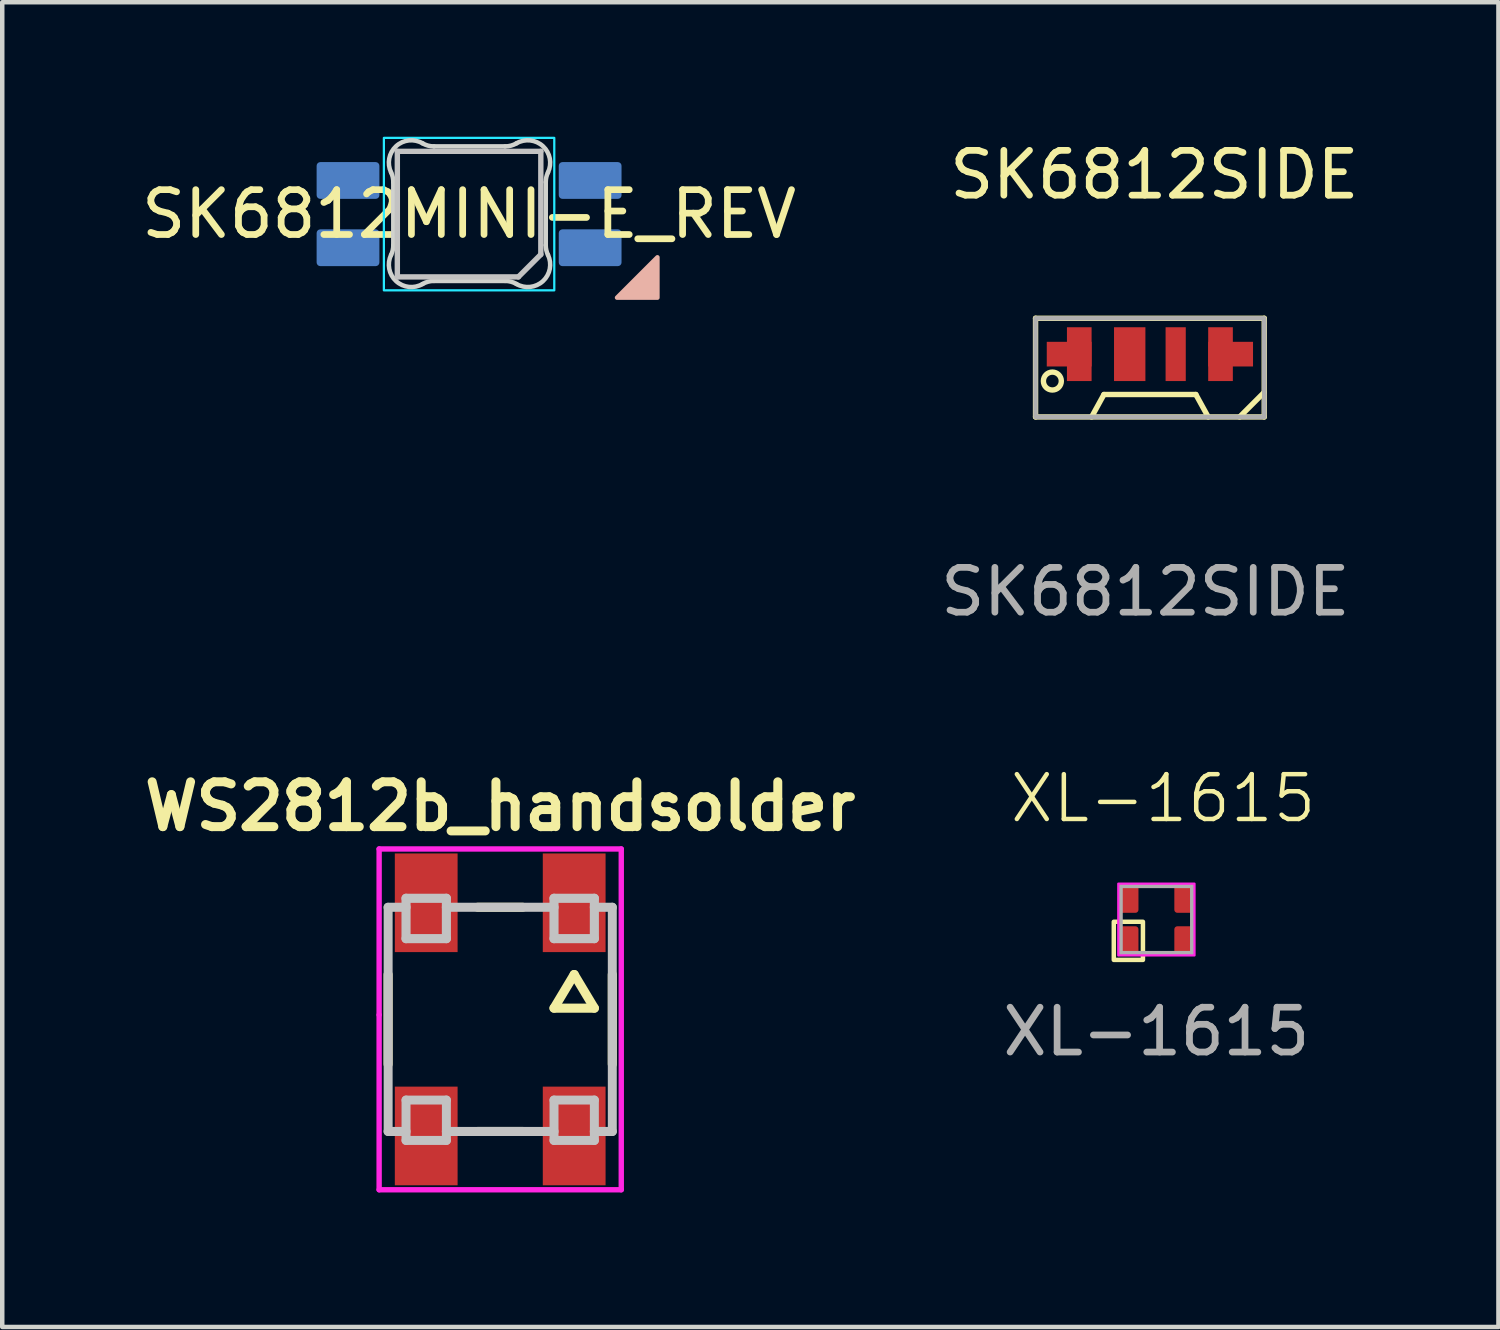
<source format=kicad_pcb>
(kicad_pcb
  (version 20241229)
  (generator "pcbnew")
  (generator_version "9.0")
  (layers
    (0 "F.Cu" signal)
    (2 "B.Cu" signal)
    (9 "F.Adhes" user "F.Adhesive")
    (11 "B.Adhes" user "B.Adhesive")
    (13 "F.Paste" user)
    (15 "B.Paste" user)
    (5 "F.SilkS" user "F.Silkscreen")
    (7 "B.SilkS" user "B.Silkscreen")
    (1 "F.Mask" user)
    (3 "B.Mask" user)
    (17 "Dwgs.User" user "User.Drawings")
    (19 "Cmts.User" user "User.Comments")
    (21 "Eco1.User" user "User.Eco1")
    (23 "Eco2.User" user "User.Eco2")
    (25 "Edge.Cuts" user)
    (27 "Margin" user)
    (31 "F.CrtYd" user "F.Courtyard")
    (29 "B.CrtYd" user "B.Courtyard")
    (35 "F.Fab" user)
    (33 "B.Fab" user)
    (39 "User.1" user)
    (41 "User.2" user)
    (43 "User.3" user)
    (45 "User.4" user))
  (footprint "WS2812b_handsolder"
    (layer "F.Cu")
    (at 8.105 19.683)
    (property "Reference" "WS2812b_handsolder" (at 0 -4.75 0) (layer "F.SilkS") (effects (font (size 1 1) (thickness 0.2))))
    (attr through_hole)
    (fp_line (start -2.5 -1) (end -2.5 1) (stroke (width 0.203) (type solid)) (layer "F.SilkS"))
    (fp_line (start -0.5 -2.5) (end 0.5 -2.5) (stroke (width 0.203) (type solid)) (layer "F.SilkS"))
    (fp_line (start -0.5 2.5) (end 0.5 2.5) (stroke (width 0.203) (type solid)) (layer "F.SilkS"))
    (fp_line (start 1.2 -0.25) (end 2.1 -0.25) (stroke (width 0.203) (type solid)) (layer "F.SilkS"))
    (fp_line (start 1.65 -1) (end 1.2 -0.25) (stroke (width 0.203) (type solid)) (layer "F.SilkS"))
    (fp_line (start 2.1 -0.25) (end 1.65 -1) (stroke (width 0.203) (type solid)) (layer "F.SilkS"))
    (fp_line (start 2.5 -1) (end 2.5 1) (stroke (width 0.203) (type solid)) (layer "F.SilkS"))
    (fp_line (start -2.5 -2.5) (end -2.1 -2.5) (stroke (width 0.203) (type solid)) (layer "Dwgs.User"))
    (fp_line (start -2.5 2.5) (end -2.1 2.5) (stroke (width 0.203) (type solid)) (layer "Dwgs.User"))
    (fp_line (start -2.499 2.499) (end -2.499 -2.499) (stroke (width 0.2) (type solid)) (layer "Dwgs.User"))
    (fp_line (start -2.1 -2.7) (end -1.2 -2.7) (stroke (width 0.203) (type solid)) (layer "Dwgs.User"))
    (fp_line (start -2.1 -1.8) (end -2.1 -2.7) (stroke (width 0.203) (type solid)) (layer "Dwgs.User"))
    (fp_line (start -2.1 1.8) (end -1.2 1.8) (stroke (width 0.2) (type solid)) (layer "Dwgs.User"))
    (fp_line (start -2.1 2.7) (end -2.1 1.8) (stroke (width 0.2) (type solid)) (layer "Dwgs.User"))
    (fp_line (start -1.2 -2.7) (end -1.2 -1.8) (stroke (width 0.203) (type solid)) (layer "Dwgs.User"))
    (fp_line (start -1.2 -2.5) (end 1.2 -2.5) (stroke (width 0.203) (type solid)) (layer "Dwgs.User"))
    (fp_line (start -1.2 -1.8) (end -2.1 -1.8) (stroke (width 0.203) (type solid)) (layer "Dwgs.User"))
    (fp_line (start -1.2 1.8) (end -1.2 2.7) (stroke (width 0.2) (type solid)) (layer "Dwgs.User"))
    (fp_line (start -1.2 2.5) (end 1.2 2.5) (stroke (width 0.203) (type solid)) (layer "Dwgs.User"))
    (fp_line (start -1.2 2.7) (end -2.1 2.7) (stroke (width 0.2) (type solid)) (layer "Dwgs.User"))
    (fp_line (start 1.2 -2.7) (end 1.2 -1.8) (stroke (width 0.203) (type solid)) (layer "Dwgs.User"))
    (fp_line (start 1.2 -1.8) (end 2.1 -1.8) (stroke (width 0.203) (type solid)) (layer "Dwgs.User"))
    (fp_line (start 1.2 1.8) (end 2.1 1.8) (stroke (width 0.2) (type solid)) (layer "Dwgs.User"))
    (fp_line (start 1.2 2.7) (end 1.2 1.8) (stroke (width 0.2) (type solid)) (layer "Dwgs.User"))
    (fp_line (start 2.1 -2.7) (end 1.2 -2.7) (stroke (width 0.203) (type solid)) (layer "Dwgs.User"))
    (fp_line (start 2.1 -2.5) (end 2.5 -2.5) (stroke (width 0.203) (type solid)) (layer "Dwgs.User"))
    (fp_line (start 2.1 -1.8) (end 2.1 -2.7) (stroke (width 0.203) (type solid)) (layer "Dwgs.User"))
    (fp_line (start 2.1 1.8) (end 2.1 2.7) (stroke (width 0.2) (type solid)) (layer "Dwgs.User"))
    (fp_line (start 2.1 2.5) (end 2.5 2.5) (stroke (width 0.203) (type solid)) (layer "Dwgs.User"))
    (fp_line (start 2.1 2.7) (end 1.2 2.7) (stroke (width 0.2) (type solid)) (layer "Dwgs.User"))
    (fp_line (start 2.5 -2.5) (end 2.5 2.5) (stroke (width 0.2) (type solid)) (layer "Dwgs.User"))
    (fp_line (start -2.7 -3.8) (end 2.7 -3.8) (stroke (width 0.12) (type solid)) (layer "F.CrtYd"))
    (fp_line (start -2.7 -0.1) (end -2.7 -3.8) (stroke (width 0.12) (type solid)) (layer "F.CrtYd"))
    (fp_line (start -2.7 3.8) (end -2.7 -0.1) (stroke (width 0.12) (type solid)) (layer "F.CrtYd"))
    (fp_line (start 2.7 -3.8) (end 2.7 3.8) (stroke (width 0.12) (type solid)) (layer "F.CrtYd"))
    (fp_line (start 2.7 3.8) (end -2.7 3.8) (stroke (width 0.12) (type solid)) (layer "F.CrtYd"))
    (pad "1" smd rect (at 1.65 -2.6) (size 1.4 2.2) (layers "F.Cu" "F.Mask" "F.Paste"))
    (pad "2" smd rect (at -1.65 -2.6) (size 1.4 2.2) (layers "F.Cu" "F.Mask" "F.Paste"))
    (pad "3" smd rect (at -1.65 2.6) (size 1.4 2.2) (layers "F.Cu" "F.Mask" "F.Paste"))
    (pad "4" smd rect (at 1.65 2.6) (size 1.4 2.2) (layers "F.Cu" "F.Mask" "F.Paste")))
  (footprint "XL-1615"
    (layer "F.Cu")
    (at 22.739 17.457)
    (property "Reference" "XL-1615" (at 0.15 -2.7 0) (unlocked yes) (layer "F.SilkS") (effects (font (size 1 1) (thickness 0.1))))
    (attr smd)
    (fp_rect (start -0.95 0.05) (end -0.3 0.9) (stroke (width 0.1) (type default)) (fill no) (layer "F.SilkS"))
    (fp_rect (start -0.85 -0.8) (end 0.85 0.8) (stroke (width 0.05) (type default)) (fill no) (layer "F.CrtYd"))
    (fp_rect (start -0.8 -0.75) (end 0.8 0.75) (stroke (width 0.1) (type default)) (fill no) (layer "F.Fab"))
    (fp_text user "${REFERENCE}" (at 0 2.5 0) (unlocked yes) (layer "F.Fab") (effects (font (size 1 1) (thickness 0.15))))
    (pad "1" smd roundrect (at -0.625 0.475) (size 0.45 0.65) (layers "F.Cu" "F.Mask" "F.Paste") (roundrect_rratio 0.15))
    (pad "2" smd roundrect (at 0.625 0.475) (size 0.45 0.65) (layers "F.Cu" "F.Mask" "F.Paste") (roundrect_rratio 0.15))
    (pad "3" smd roundrect (at 0.625 -0.475) (size 0.45 0.65) (layers "F.Cu" "F.Mask" "F.Paste") (roundrect_rratio 0.15))
    (pad "4" smd roundrect (at -0.625 -0.475) (size 0.45 0.65) (layers "F.Cu" "F.Mask" "F.Paste") (roundrect_rratio 0.15)))
  (footprint "SK6812SIDE"
    (layer "F.Cu")
    (at 22.594 4.848)
    (property "Reference" "SK6812SIDE" (at 0.1 -4 0) (unlocked yes) (layer "F.SilkS") (effects (font (size 1 1) (thickness 0.15))))
    (attr smd)
    (fp_line (start -2.55 -0.8) (end 2.55 -0.8) (stroke (width 0.12) (type solid)) (layer "F.SilkS"))
    (fp_line (start -2.55 1.4) (end -2.55 -0.8) (stroke (width 0.12) (type solid)) (layer "F.SilkS"))
    (fp_line (start -1.3 1.4) (end -1.025 0.9) (stroke (width 0.12) (type solid)) (layer "F.SilkS"))
    (fp_line (start 1.025 0.9) (end -1.025 0.9) (stroke (width 0.12) (type solid)) (layer "F.SilkS"))
    (fp_line (start 1.025 0.9) (end 1.3 1.4) (stroke (width 0.12) (type solid)) (layer "F.SilkS"))
    (fp_line (start 2 1.4) (end 2.55 0.85) (stroke (width 0.12) (type solid)) (layer "F.SilkS"))
    (fp_line (start 2.55 1.4) (end -2.55 1.4) (stroke (width 0.12) (type solid)) (layer "F.SilkS"))
    (fp_line (start 2.55 1.4) (end 2.55 -0.8) (stroke (width 0.12) (type solid)) (layer "F.SilkS"))
    (fp_circle (center -2.175 0.6) (end -2.175 0.4) (stroke (width 0.12) (type solid)) (fill no) (layer "F.SilkS"))
    (fp_rect (start -2.55 -0.8) (end 2.55 1.4) (stroke (width 0.1) (type solid)) (fill no) (layer "F.Fab"))
    (fp_text user "${REFERENCE}" (at -0.1 5.3 0) (unlocked yes) (layer "F.Fab") (effects (font (size 1 1) (thickness 0.15))))
    (pad "1" smd custom (at -1.8 0) (size 1 0.55) (layers "F.Cu" "F.Mask" "F.Paste") (options (anchor rect)) (primitives))
    (pad "1" smd custom (at -1.575 0) (size 0.55 1.2) (layers "F.Cu" "F.Mask" "F.Paste") (options (anchor rect)) (primitives))
    (pad "2" smd custom (at -0.45 0) (size 0.7 1.2) (layers "F.Cu" "F.Mask" "F.Paste") (options (anchor rect)) (primitives))
    (pad "3" smd custom (at 0.575 0) (size 0.45 1.2) (layers "F.Cu" "F.Mask" "F.Paste") (options (anchor rect)) (primitives))
    (pad "4" smd custom (at 1.575 0) (size 0.55 1.2) (layers "F.Cu" "F.Mask" "F.Paste") (options (anchor rect)) (primitives))
    (pad "4" smd custom (at 1.8 0) (size 1 0.55) (layers "F.Cu" "F.Mask" "F.Paste") (options (anchor rect)) (primitives)))
  (footprint "SK6812MINI-E_REV"
    (layer "F.Cu")
    (at 7.411 1.725)
    (property "Reference" "SK6812MINI-E_REV" (at 0 0 0) (layer "F.SilkS") (effects (font (size 1 1) (thickness 0.15))))
    (attr through_hole)
    (fp_poly (pts (xy 4.2 0.963) (xy 3.3 1.863) (xy 4.2 1.863)) (stroke (width 0.1) (type solid)) (fill yes) (layer "B.SilkS"))
    (fp_line (start -1.6 -1.4) (end -1.6 1.4) (stroke (width 0.12) (type solid)) (layer "Dwgs.User"))
    (fp_line (start -1.6 1.4) (end 1.1 1.4) (stroke (width 0.12) (type solid)) (layer "Dwgs.User"))
    (fp_line (start 1.6 -1.4) (end -1.6 -1.4) (stroke (width 0.12) (type solid)) (layer "Dwgs.User"))
    (fp_line (start 1.6 0.9) (end 1.1 1.4) (stroke (width 0.12) (type solid)) (layer "Dwgs.User"))
    (fp_line (start 1.6 0.9) (end 1.6 -1.4) (stroke (width 0.12) (type solid)) (layer "Dwgs.User"))
    (fp_line (start -1.69 0.693) (end -1.69 -0.713) (stroke (width 0.1) (type solid)) (layer "Edge.Cuts"))
    (fp_line (start -0.784 -1.51) (end 0.804 -1.51) (stroke (width 0.1) (type solid)) (layer "Edge.Cuts"))
    (fp_line (start 0.804 1.49) (end -0.784 1.49) (stroke (width 0.1) (type solid)) (layer "Edge.Cuts"))
    (fp_line (start 1.71 -0.713) (end 1.71 0.693) (stroke (width 0.1) (type solid)) (layer "Edge.Cuts"))
    (fp_arc (start -1.739485 -0.929721) (mid -1.702528 -0.824069) (end -1.69 -0.712843) (stroke (width 0.1) (type solid)) (layer "Edge.Cuts"))
    (fp_arc (start -1.739485 -0.929721) (mid -1.628072 -1.514036) (end -1.036712 -1.5783) (stroke (width 0.1) (type solid)) (layer "Edge.Cuts"))
    (fp_arc (start -1.69 0.692842) (mid -1.702528 0.804067) (end -1.739485 0.909719) (stroke (width 0.1) (type solid)) (layer "Edge.Cuts"))
    (fp_arc (start -1.036712 1.558296) (mid -1.628071 1.494033) (end -1.739485 0.909719) (stroke (width 0.1) (type solid)) (layer "Edge.Cuts"))
    (fp_arc (start -1.036711 1.558298) (mid -0.915123 1.507376) (end -0.784453 1.489999) (stroke (width 0.1) (type solid)) (layer "Edge.Cuts"))
    (fp_arc (start -0.784454 -1.510001) (mid -0.915124 -1.527378) (end -1.036712 -1.5783) (stroke (width 0.1) (type solid)) (layer "Edge.Cuts"))
    (fp_arc (start 0.804451 1.489999) (mid 0.935122 1.507376) (end 1.05671 1.558298) (stroke (width 0.1) (type solid)) (layer "Edge.Cuts"))
    (fp_arc (start 1.05671 -1.578299) (mid 0.935122 -1.527377) (end 0.804452 -1.51) (stroke (width 0.1) (type solid)) (layer "Edge.Cuts"))
    (fp_arc (start 1.05671 -1.578299) (mid 1.64807 -1.514035) (end 1.759483 -0.929721) (stroke (width 0.1) (type solid)) (layer "Edge.Cuts"))
    (fp_arc (start 1.709998 -0.712844) (mid 1.722526 -0.824069) (end 1.759483 -0.929721) (stroke (width 0.1) (type solid)) (layer "Edge.Cuts"))
    (fp_arc (start 1.759483 0.909718) (mid 1.648071 1.494034) (end 1.05671 1.558298) (stroke (width 0.1) (type solid)) (layer "Edge.Cuts"))
    (fp_arc (start 1.759483 0.909719) (mid 1.722526 0.804067) (end 1.709998 0.692841) (stroke (width 0.1) (type solid)) (layer "Edge.Cuts"))
    (fp_rect (start -1.9 -1.7) (end 1.9 1.7) (stroke (width 0.05) (type default)) (fill no) (layer "B.CrtYd"))
    (pad "1" smd roundrect (at -2.7 -0.75 270) (size 0.82 1.4) (layers "B.Cu" "B.Mask" "B.Paste") (roundrect_rratio 0.1))
    (pad "2" smd roundrect (at -2.7 0.75 270) (size 0.82 1.4) (layers "B.Cu" "B.Mask" "B.Paste") (roundrect_rratio 0.1))
    (pad "3" smd roundrect (at 2.7 0.75 270) (size 0.82 1.4) (layers "B.Cu" "B.Mask" "B.Paste") (roundrect_rratio 0.1))
    (pad "4" smd roundrect (at 2.7 -0.75 270) (size 0.82 1.4) (layers "B.Cu" "B.Mask" "B.Paste") (roundrect_rratio 0.1)))
  (gr_rect
    (start -3 -3)
    (end 30.367 26.543)
    (stroke (width 0.1) (type default))
    (fill no)
    (layer "Edge.Cuts")))
</source>
